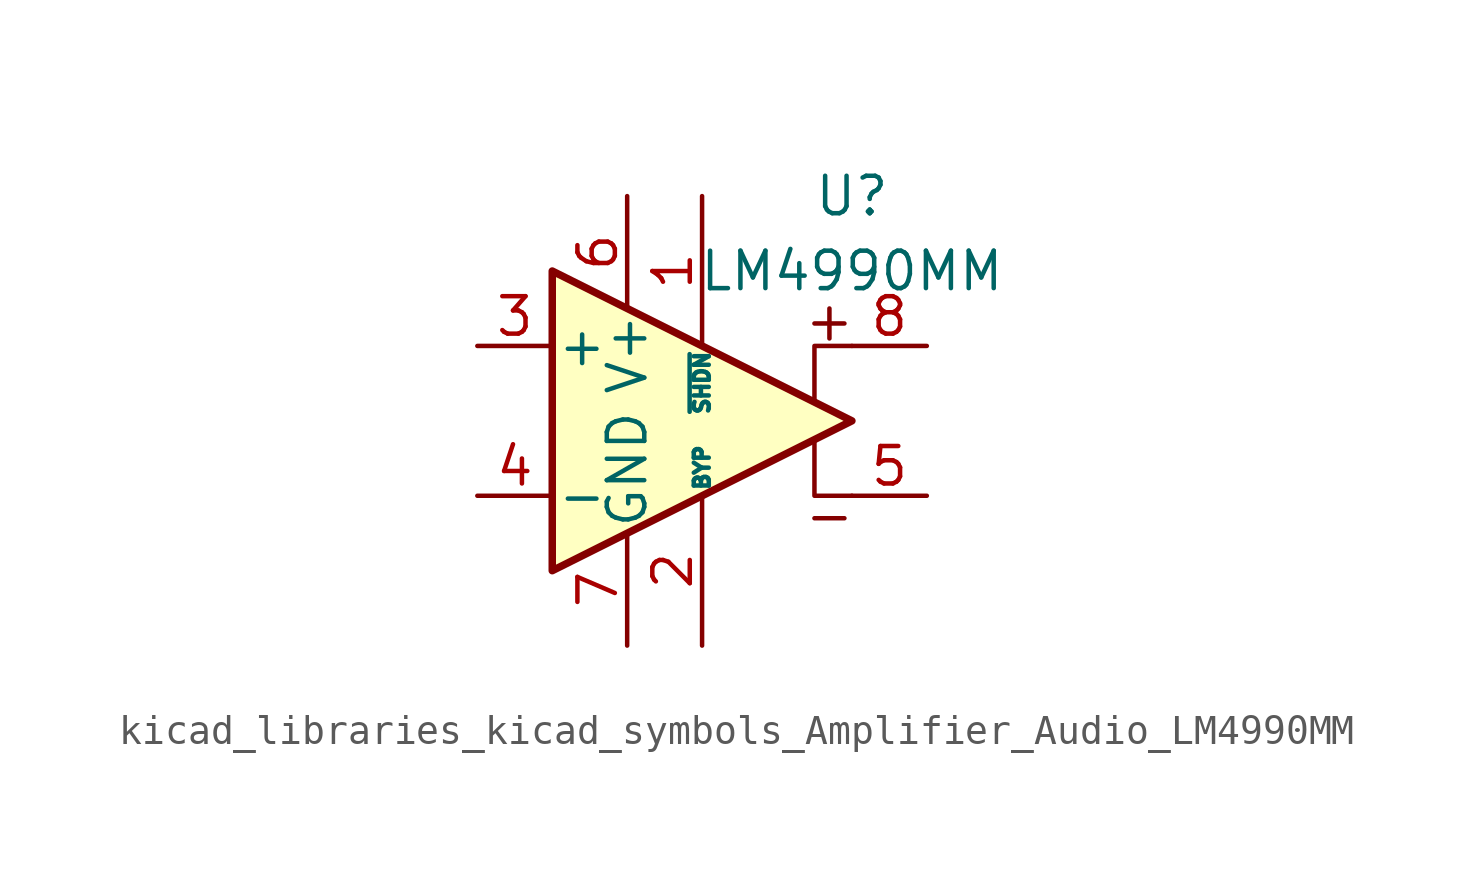
<source format=kicad_sym>
(kicad_symbol_lib
  (version 20220914)
  (generator kicad_symbol_editor)
  (symbol "kicad_libraries_kicad_symbols_Amplifier_Audio_LM4990MM"
    (pin_names
      (offset 0.127))
    (property "Reference" "U"
      (at 5.08 7.62 0)
      (effects (font (size 1.27 1.27))))
    (property "Value" "LM4990MM"
      (at 5.08 5.08 0)
      (effects (font (size 1.27 1.27))))
    (symbol "kicad_libraries_kicad_symbols_Amplifier_Audio_LM4990MM_0_1"
      (polyline (pts (xy 3.81 -0.635) (xy 3.81 -2.54) (xy 5.08 -2.54)) (stroke (width 0) (type default)) (fill (type none)))
      (polyline (pts (xy 5.08 2.54) (xy 3.81 2.54) (xy 3.81 0.635)) (stroke (width 0) (type default)) (fill (type none)))
      (polyline (pts (xy -5.08 5.08) (xy 5.08 0) (xy -5.08 -5.08) (xy -5.08 5.08)) (stroke (width 0.254) (type default)) (fill (type background))))
    (symbol "kicad_libraries_kicad_symbols_Amplifier_Audio_LM4990MM_1_1"
      (polyline (pts (xy 3.81 -3.302) (xy 4.826 -3.302)) (stroke (width 0) (type default)) (fill (type none)))
      (polyline (pts (xy 4.318 3.81) (xy 4.318 2.794)) (stroke (width 0) (type default)) (fill (type none)))
      (polyline (pts (xy 4.826 3.302) (xy 3.81 3.302)) (stroke (width 0) (type default)) (fill (type none)))
      (pin output line (at 0 7.62 270) (length 5.08) (name "~{SHDN}" (effects (font (size 0.508 0.508)))) (number "1" (effects (font (size 1.27 1.27)))))
      (pin input line (at 0 -7.62 90) (length 5.08) (name "BYP" (effects (font (size 0.508 0.508)))) (number "2" (effects (font (size 1.27 1.27)))))
      (pin input line (at -7.62 2.54 0) (length 2.54) (name "+" (effects (font (size 1.27 1.27)))) (number "3" (effects (font (size 1.27 1.27)))))
      (pin input line (at -7.62 -2.54 0) (length 2.54) (name "-" (effects (font (size 1.27 1.27)))) (number "4" (effects (font (size 1.27 1.27)))))
      (pin output line (at 7.62 -2.54 180) (length 2.54) (name "~" (effects (font (size 1.27 1.27)))) (number "5" (effects (font (size 1.27 1.27)))))
      (pin power_in line (at -2.54 7.62 270) (length 3.81) (name "V+" (effects (font (size 1.27 1.27)))) (number "6" (effects (font (size 1.27 1.27)))))
      (pin power_in line (at -2.54 -7.62 90) (length 3.81) (name "GND" (effects (font (size 1.27 1.27)))) (number "7" (effects (font (size 1.27 1.27)))))
      (pin output line (at 7.62 2.54 180) (length 2.54) (name "~" (effects (font (size 1.27 1.27)))) (number "8" (effects (font (size 1.27 1.27))))))))
</source>
